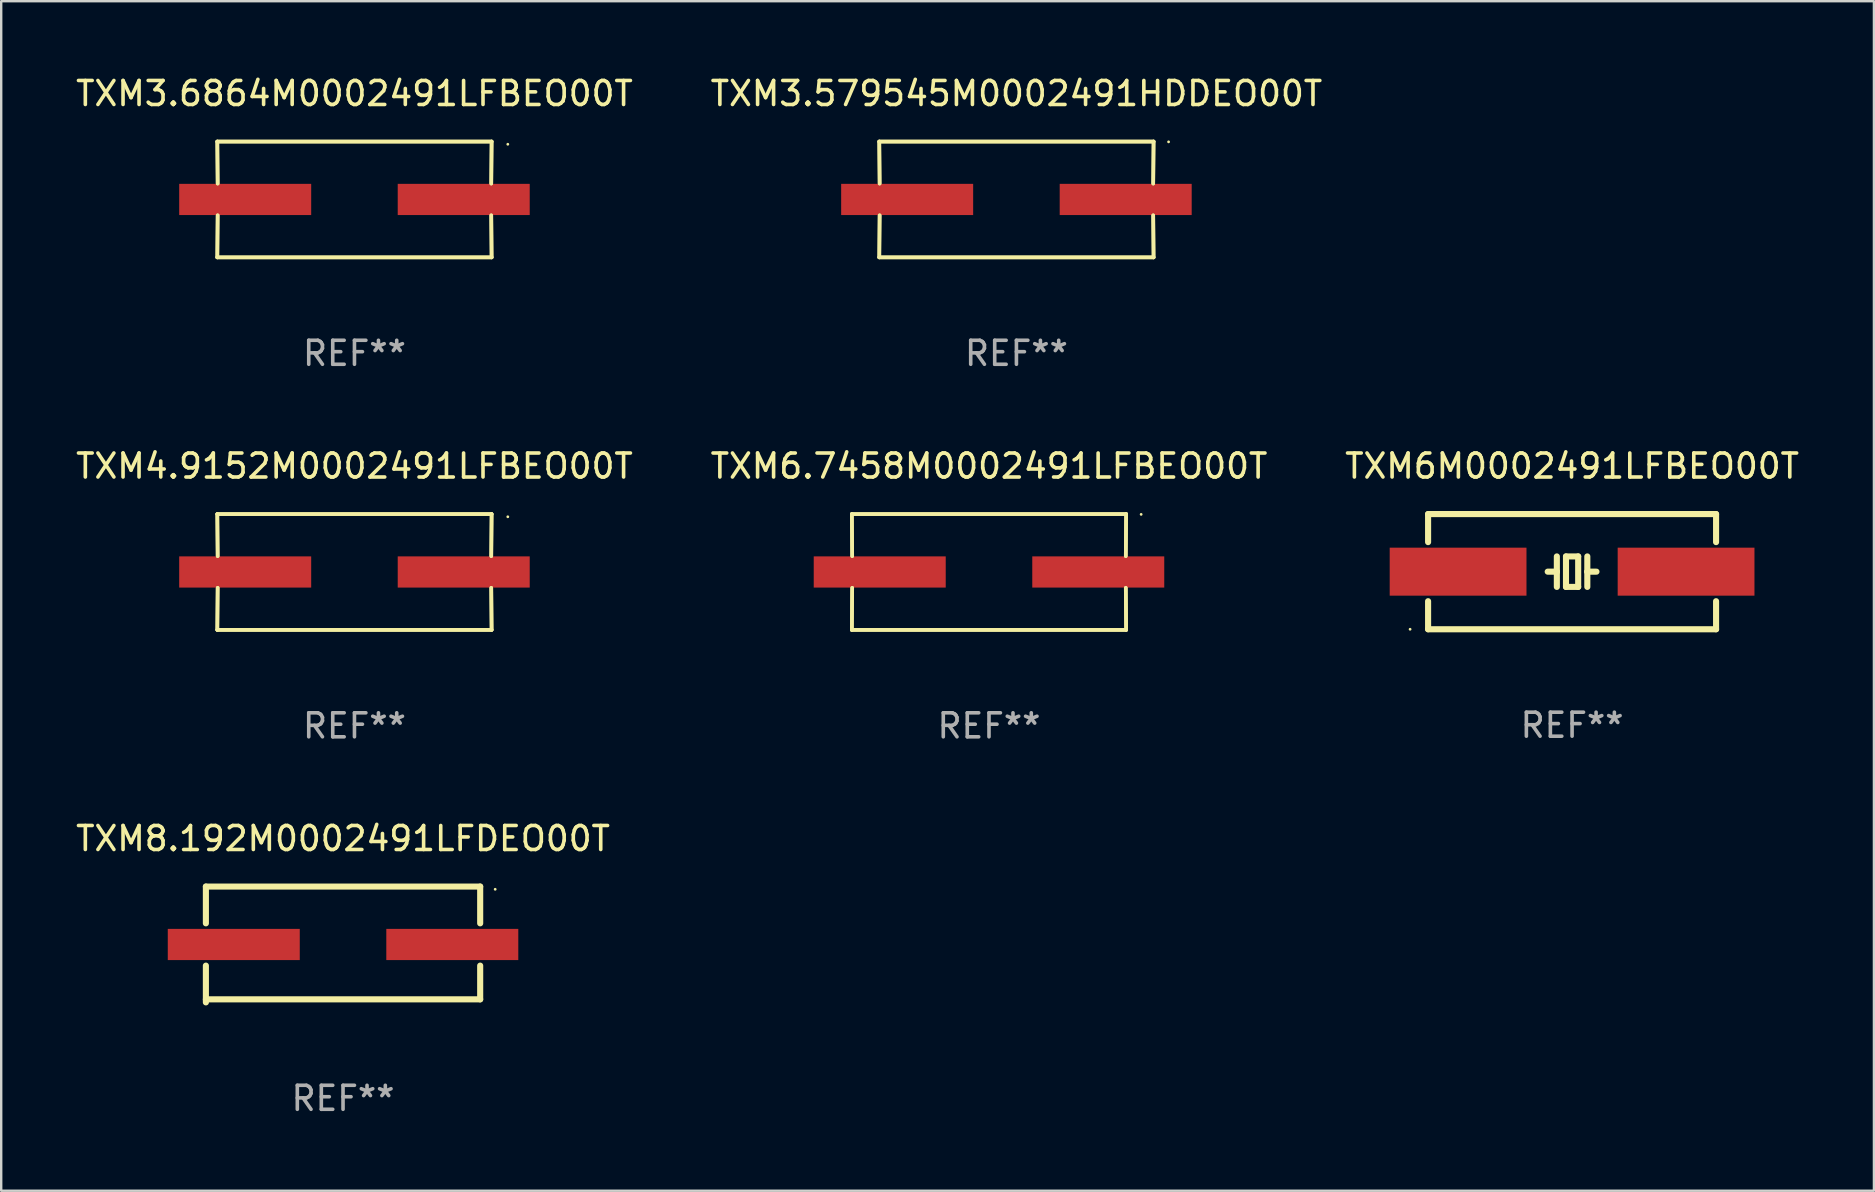
<source format=kicad_pcb>
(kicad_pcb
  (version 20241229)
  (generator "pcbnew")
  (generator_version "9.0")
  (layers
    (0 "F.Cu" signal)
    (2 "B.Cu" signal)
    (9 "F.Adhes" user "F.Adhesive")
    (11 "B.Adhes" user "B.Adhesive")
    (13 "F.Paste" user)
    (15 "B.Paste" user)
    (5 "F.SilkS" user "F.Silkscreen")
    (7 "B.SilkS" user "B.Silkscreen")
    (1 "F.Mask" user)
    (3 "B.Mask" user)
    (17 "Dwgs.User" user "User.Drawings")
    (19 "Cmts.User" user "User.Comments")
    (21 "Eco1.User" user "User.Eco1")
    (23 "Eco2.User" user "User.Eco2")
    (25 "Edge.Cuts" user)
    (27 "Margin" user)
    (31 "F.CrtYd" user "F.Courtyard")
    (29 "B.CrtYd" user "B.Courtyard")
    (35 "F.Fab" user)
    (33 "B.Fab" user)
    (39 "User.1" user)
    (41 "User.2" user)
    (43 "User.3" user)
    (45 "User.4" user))
  (footprint "TXM6M0002491LFBEO00T"
    (layer "F.Cu")
    (at 62.458 20.771)
    (property "Reference" "TXM6M0002491LFBEO00T" (at 0 -4.4 0) (layer "F.SilkS") (effects (font (size 1 1) (thickness 0.15))))
    (attr through_hole)
    (fp_line (start -6 -2.4) (end -6 -1.231) (stroke (width 0.254) (type solid)) (layer "F.SilkS"))
    (fp_line (start -6 -2.4) (end 6 -2.4) (stroke (width 0.254) (type solid)) (layer "F.SilkS"))
    (fp_line (start -6 1.231) (end -6 2.4) (stroke (width 0.254) (type solid)) (layer "F.SilkS"))
    (fp_line (start -6 2.4) (end 6 2.4) (stroke (width 0.254) (type solid)) (layer "F.SilkS"))
    (fp_line (start -0.635 -0.635) (end -0.635 0) (stroke (width 0.254) (type solid)) (layer "F.SilkS"))
    (fp_line (start -0.635 0) (end -1.016 0) (stroke (width 0.254) (type solid)) (layer "F.SilkS"))
    (fp_line (start -0.635 0) (end -0.635 0.635) (stroke (width 0.254) (type solid)) (layer "F.SilkS"))
    (fp_line (start -0.254 -0.635) (end -0.254 0.635) (stroke (width 0.254) (type solid)) (layer "F.SilkS"))
    (fp_line (start -0.254 0.635) (end 0.254 0.635) (stroke (width 0.254) (type solid)) (layer "F.SilkS"))
    (fp_line (start 0.254 -0.635) (end -0.254 -0.635) (stroke (width 0.254) (type solid)) (layer "F.SilkS"))
    (fp_line (start 0.254 0.635) (end 0.254 -0.635) (stroke (width 0.254) (type solid)) (layer "F.SilkS"))
    (fp_line (start 0.635 -0.635) (end 0.635 0) (stroke (width 0.254) (type solid)) (layer "F.SilkS"))
    (fp_line (start 0.635 0) (end 0.635 0.635) (stroke (width 0.254) (type solid)) (layer "F.SilkS"))
    (fp_line (start 0.635 0) (end 1.016 0) (stroke (width 0.254) (type solid)) (layer "F.SilkS"))
    (fp_line (start 6 -2.4) (end 6 -1.231) (stroke (width 0.254) (type solid)) (layer "F.SilkS"))
    (fp_line (start 6 1.231) (end 6 2.4) (stroke (width 0.254) (type solid)) (layer "F.SilkS"))
    (fp_circle (center -6.75 2.4) (end -6.72 2.4) (stroke (width 0.06) (type solid)) (fill no) (layer "F.SilkS"))
    (fp_text user "REF**" (at 0 6.4 0) (layer "F.Fab") (effects (font (size 1 1) (thickness 0.15))))
    (pad "1" smd rect (at -4.75 0) (size 5.7 2) (layers "F.Cu" "F.Mask" "F.Paste"))
    (pad "2" smd rect (at 4.75 0) (size 5.7 2) (layers "F.Cu" "F.Mask" "F.Paste")))
  (footprint "TXM4.9152M0002491LFBEO00T"
    (layer "F.Cu")
    (at 11.72 20.784)
    (property "Reference" "TXM4.9152M0002491LFBEO00T" (at 0 -4.413 0) (layer "F.SilkS") (effects (font (size 1 1) (thickness 0.15))))
    (attr through_hole)
    (fp_line (start -5.715 -2.413) (end -5.7 -0.662) (stroke (width 0.152) (type solid)) (layer "F.SilkS"))
    (fp_line (start -5.715 -2.413) (end -5.7 -0.662) (stroke (width 0.152) (type solid)) (layer "F.SilkS"))
    (fp_line (start -5.715 2.413) (end 5.715 2.413) (stroke (width 0.152) (type solid)) (layer "F.SilkS"))
    (fp_line (start -5.715 2.413) (end 5.715 2.413) (stroke (width 0.152) (type solid)) (layer "F.SilkS"))
    (fp_line (start -5.7 0.662) (end -5.715 2.413) (stroke (width 0.152) (type solid)) (layer "F.SilkS"))
    (fp_line (start -5.7 0.662) (end -5.715 2.413) (stroke (width 0.152) (type solid)) (layer "F.SilkS"))
    (fp_line (start 5.7 -0.662) (end 5.715 -2.413) (stroke (width 0.152) (type solid)) (layer "F.SilkS"))
    (fp_line (start 5.7 -0.662) (end 5.715 -2.413) (stroke (width 0.152) (type solid)) (layer "F.SilkS"))
    (fp_line (start 5.715 -2.413) (end -5.715 -2.413) (stroke (width 0.152) (type solid)) (layer "F.SilkS"))
    (fp_line (start 5.715 -2.413) (end -5.715 -2.413) (stroke (width 0.152) (type solid)) (layer "F.SilkS"))
    (fp_line (start 5.715 2.413) (end 5.7 0.662) (stroke (width 0.152) (type solid)) (layer "F.SilkS"))
    (fp_line (start 5.715 2.413) (end 5.7 0.662) (stroke (width 0.152) (type solid)) (layer "F.SilkS"))
    (fp_circle (center 6.39 -2.3) (end 6.42 -2.3) (stroke (width 0.06) (type solid)) (fill no) (layer "F.SilkS"))
    (fp_text user "REF**" (at 0 6.413 0) (layer "F.Fab") (effects (font (size 1 1) (thickness 0.15))))
    (pad "1" smd rect (at 4.553 0.000051) (size 5.5 1.3) (layers "F.Cu" "F.Mask" "F.Paste"))
    (pad "2" smd rect (at -4.553 0.000051) (size 5.5 1.3) (layers "F.Cu" "F.Mask" "F.Paste")))
  (footprint "TXM3.6864M0002491LFBEO00T"
    (layer "F.Cu")
    (at 11.72 5.261)
    (property "Reference" "TXM3.6864M0002491LFBEO00T" (at 0 -4.413 0) (layer "F.SilkS") (effects (font (size 1 1) (thickness 0.15))))
    (attr through_hole)
    (fp_line (start -5.715 -2.413) (end -5.7 -0.662) (stroke (width 0.152) (type solid)) (layer "F.SilkS"))
    (fp_line (start -5.715 -2.413) (end -5.7 -0.662) (stroke (width 0.152) (type solid)) (layer "F.SilkS"))
    (fp_line (start -5.715 2.413) (end 5.715 2.413) (stroke (width 0.152) (type solid)) (layer "F.SilkS"))
    (fp_line (start -5.715 2.413) (end 5.715 2.413) (stroke (width 0.152) (type solid)) (layer "F.SilkS"))
    (fp_line (start -5.7 0.662) (end -5.715 2.413) (stroke (width 0.152) (type solid)) (layer "F.SilkS"))
    (fp_line (start -5.7 0.662) (end -5.715 2.413) (stroke (width 0.152) (type solid)) (layer "F.SilkS"))
    (fp_line (start 5.7 -0.662) (end 5.715 -2.413) (stroke (width 0.152) (type solid)) (layer "F.SilkS"))
    (fp_line (start 5.7 -0.662) (end 5.715 -2.413) (stroke (width 0.152) (type solid)) (layer "F.SilkS"))
    (fp_line (start 5.715 -2.413) (end -5.715 -2.413) (stroke (width 0.152) (type solid)) (layer "F.SilkS"))
    (fp_line (start 5.715 -2.413) (end -5.715 -2.413) (stroke (width 0.152) (type solid)) (layer "F.SilkS"))
    (fp_line (start 5.715 2.413) (end 5.7 0.662) (stroke (width 0.152) (type solid)) (layer "F.SilkS"))
    (fp_line (start 5.715 2.413) (end 5.7 0.662) (stroke (width 0.152) (type solid)) (layer "F.SilkS"))
    (fp_circle (center 6.39 -2.3) (end 6.42 -2.3) (stroke (width 0.06) (type solid)) (fill no) (layer "F.SilkS"))
    (fp_text user "REF**" (at 0 6.413 0) (layer "F.Fab") (effects (font (size 1 1) (thickness 0.15))))
    (pad "1" smd rect (at 4.553 0.000051) (size 5.5 1.3) (layers "F.Cu" "F.Mask" "F.Paste"))
    (pad "2" smd rect (at -4.553 0.000051) (size 5.5 1.3) (layers "F.Cu" "F.Mask" "F.Paste")))
  (footprint "TXM8.192M0002491LFDEO00T"
    (layer "F.Cu")
    (at 11.244 36.306)
    (property "Reference" "TXM8.192M0002491LFDEO00T" (at 0 -4.413 0) (layer "F.SilkS") (effects (font (size 1 1) (thickness 0.15))))
    (attr through_hole)
    (fp_line (start -5.715 -2.413) (end 5.715 -2.413) (stroke (width 0.254) (type solid)) (layer "F.SilkS"))
    (fp_line (start -5.715 -0.881) (end -5.715 -2.413) (stroke (width 0.254) (type solid)) (layer "F.SilkS"))
    (fp_line (start -5.715 2.413) (end -5.715 0.881) (stroke (width 0.254) (type solid)) (layer "F.SilkS"))
    (fp_line (start 5.715 -2.413) (end 5.715 -0.881) (stroke (width 0.254) (type solid)) (layer "F.SilkS"))
    (fp_line (start 5.715 0.881) (end 5.715 2.286) (stroke (width 0.254) (type solid)) (layer "F.SilkS"))
    (fp_line (start 5.715 2.286) (end -5.715 2.286) (stroke (width 0.254) (type solid)) (layer "F.SilkS"))
    (fp_circle (center 6.34 -2.3) (end 6.37 -2.3) (stroke (width 0.06) (type solid)) (fill no) (layer "F.SilkS"))
    (fp_text user "REF**" (at 0 6.413 0) (layer "F.Fab") (effects (font (size 1 1) (thickness 0.15))))
    (pad "1" smd rect (at 4.553 0) (size 5.5 1.3) (layers "F.Cu" "F.Mask" "F.Paste"))
    (pad "2" smd rect (at -4.553 0) (size 5.5 1.3) (layers "F.Cu" "F.Mask" "F.Paste")))
  (footprint "TXM6.7458M0002491LFBEO00T"
    (layer "F.Cu")
    (at 38.161 20.784)
    (property "Reference" "TXM6.7458M0002491LFBEO00T" (at 0 -4.413 0) (layer "F.SilkS") (effects (font (size 1 1) (thickness 0.15))))
    (attr through_hole)
    (fp_line (start -5.715 -2.413) (end -5.7 -0.662) (stroke (width 0.152) (type solid)) (layer "F.SilkS"))
    (fp_line (start -5.715 -2.413) (end -5.7 -0.662) (stroke (width 0.152) (type solid)) (layer "F.SilkS"))
    (fp_line (start -5.715 2.413) (end 5.715 2.413) (stroke (width 0.152) (type solid)) (layer "F.SilkS"))
    (fp_line (start -5.715 2.413) (end 5.715 2.413) (stroke (width 0.152) (type solid)) (layer "F.SilkS"))
    (fp_line (start -5.7 0.662) (end -5.715 2.413) (stroke (width 0.152) (type solid)) (layer "F.SilkS"))
    (fp_line (start -5.7 0.662) (end -5.715 2.413) (stroke (width 0.152) (type solid)) (layer "F.SilkS"))
    (fp_line (start 5.7 -0.662) (end 5.715 -2.413) (stroke (width 0.152) (type solid)) (layer "F.SilkS"))
    (fp_line (start 5.7 -0.662) (end 5.715 -2.413) (stroke (width 0.152) (type solid)) (layer "F.SilkS"))
    (fp_line (start 5.715 -2.413) (end -5.715 -2.413) (stroke (width 0.152) (type solid)) (layer "F.SilkS"))
    (fp_line (start 5.715 -2.413) (end -5.715 -2.413) (stroke (width 0.152) (type solid)) (layer "F.SilkS"))
    (fp_line (start 5.715 2.413) (end 5.7 0.662) (stroke (width 0.152) (type solid)) (layer "F.SilkS"))
    (fp_line (start 5.715 2.413) (end 5.7 0.662) (stroke (width 0.152) (type solid)) (layer "F.SilkS"))
    (fp_circle (center 6.34 -2.4) (end 6.37 -2.4) (stroke (width 0.06) (type solid)) (fill no) (layer "F.SilkS"))
    (fp_text user "REF**" (at 0 6.413 0) (layer "F.Fab") (effects (font (size 1 1) (thickness 0.15))))
    (pad "1" smd rect (at 4.553 0) (size 5.5 1.3) (layers "F.Cu" "F.Mask" "F.Paste"))
    (pad "2" smd rect (at -4.553 0) (size 5.5 1.3) (layers "F.Cu" "F.Mask" "F.Paste")))
  (footprint "TXM3.579545M0002491HDDEO00T"
    (layer "F.Cu")
    (at 39.304 5.261)
    (property "Reference" "TXM3.579545M0002491HDDEO00T" (at 0 -4.413 0) (layer "F.SilkS") (effects (font (size 1 1) (thickness 0.15))))
    (attr through_hole)
    (fp_line (start -5.715 -2.413) (end -5.7 -0.662) (stroke (width 0.152) (type solid)) (layer "F.SilkS"))
    (fp_line (start -5.715 -2.413) (end -5.7 -0.662) (stroke (width 0.152) (type solid)) (layer "F.SilkS"))
    (fp_line (start -5.715 2.413) (end 5.715 2.413) (stroke (width 0.152) (type solid)) (layer "F.SilkS"))
    (fp_line (start -5.715 2.413) (end 5.715 2.413) (stroke (width 0.152) (type solid)) (layer "F.SilkS"))
    (fp_line (start -5.7 0.662) (end -5.715 2.413) (stroke (width 0.152) (type solid)) (layer "F.SilkS"))
    (fp_line (start -5.7 0.662) (end -5.715 2.413) (stroke (width 0.152) (type solid)) (layer "F.SilkS"))
    (fp_line (start 5.7 -0.662) (end 5.715 -2.413) (stroke (width 0.152) (type solid)) (layer "F.SilkS"))
    (fp_line (start 5.7 -0.662) (end 5.715 -2.413) (stroke (width 0.152) (type solid)) (layer "F.SilkS"))
    (fp_line (start 5.715 -2.413) (end -5.715 -2.413) (stroke (width 0.152) (type solid)) (layer "F.SilkS"))
    (fp_line (start 5.715 -2.413) (end -5.715 -2.413) (stroke (width 0.152) (type solid)) (layer "F.SilkS"))
    (fp_line (start 5.715 2.413) (end 5.7 0.662) (stroke (width 0.152) (type solid)) (layer "F.SilkS"))
    (fp_line (start 5.715 2.413) (end 5.7 0.662) (stroke (width 0.152) (type solid)) (layer "F.SilkS"))
    (fp_circle (center 6.34 -2.4) (end 6.37 -2.4) (stroke (width 0.06) (type solid)) (fill no) (layer "F.SilkS"))
    (fp_text user "REF**" (at 0 6.413 0) (layer "F.Fab") (effects (font (size 1 1) (thickness 0.15))))
    (pad "1" smd rect (at 4.553 0) (size 5.5 1.3) (layers "F.Cu" "F.Mask" "F.Paste"))
    (pad "2" smd rect (at -4.553 0) (size 5.5 1.3) (layers "F.Cu" "F.Mask" "F.Paste")))
  (gr_rect
    (start -3 -3)
    (end 75.036 46.568)
    (stroke (width 0.1) (type default))
    (fill no)
    (layer "Edge.Cuts")))
</source>
